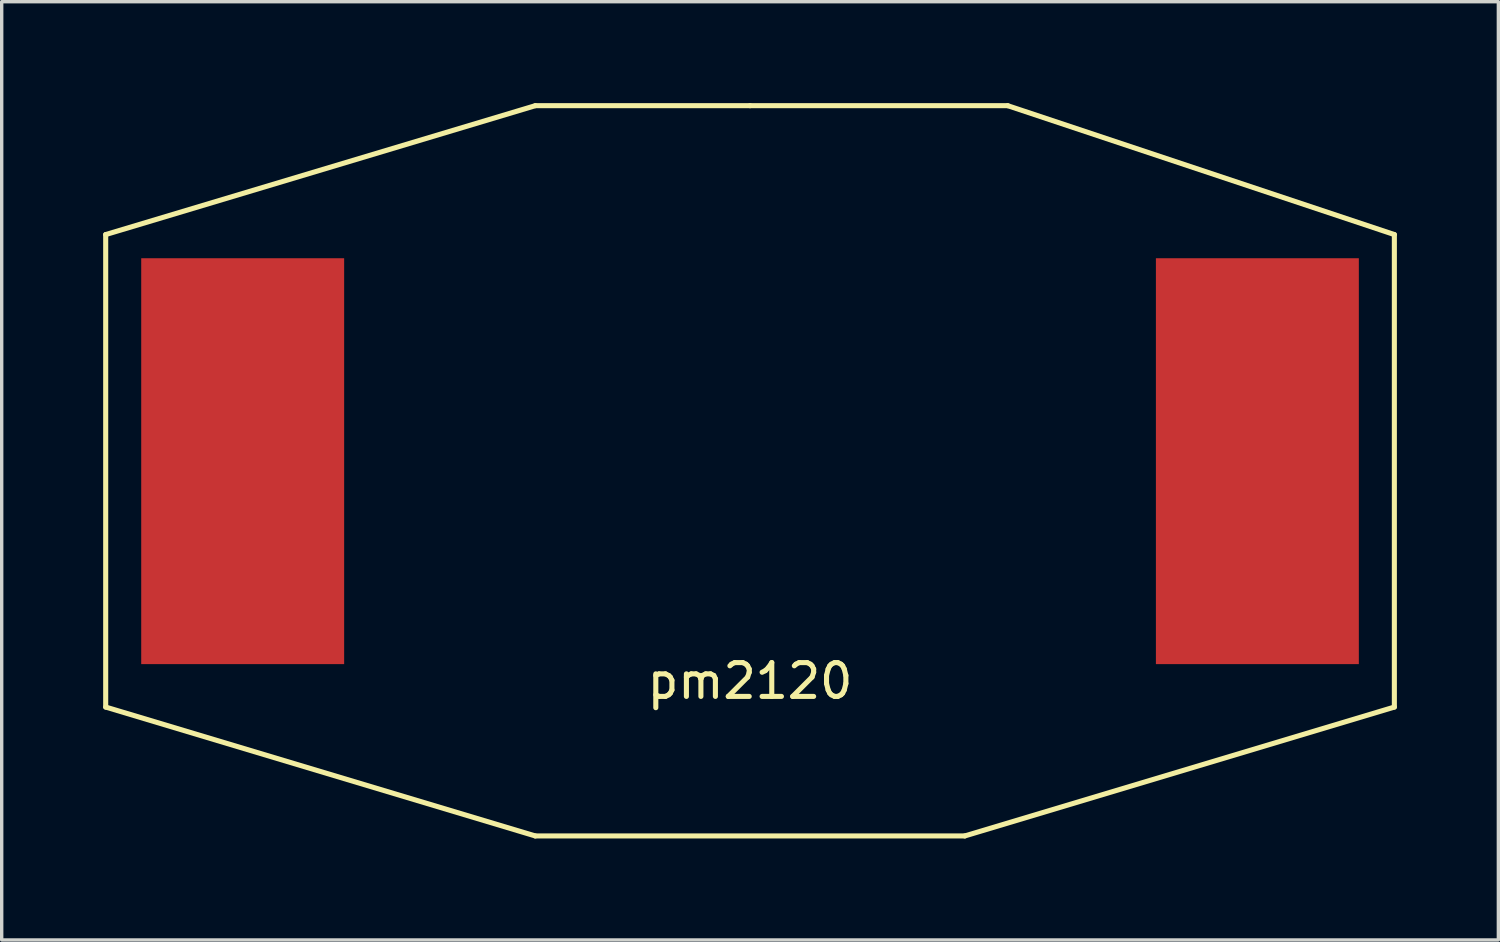
<source format=kicad_pcb>
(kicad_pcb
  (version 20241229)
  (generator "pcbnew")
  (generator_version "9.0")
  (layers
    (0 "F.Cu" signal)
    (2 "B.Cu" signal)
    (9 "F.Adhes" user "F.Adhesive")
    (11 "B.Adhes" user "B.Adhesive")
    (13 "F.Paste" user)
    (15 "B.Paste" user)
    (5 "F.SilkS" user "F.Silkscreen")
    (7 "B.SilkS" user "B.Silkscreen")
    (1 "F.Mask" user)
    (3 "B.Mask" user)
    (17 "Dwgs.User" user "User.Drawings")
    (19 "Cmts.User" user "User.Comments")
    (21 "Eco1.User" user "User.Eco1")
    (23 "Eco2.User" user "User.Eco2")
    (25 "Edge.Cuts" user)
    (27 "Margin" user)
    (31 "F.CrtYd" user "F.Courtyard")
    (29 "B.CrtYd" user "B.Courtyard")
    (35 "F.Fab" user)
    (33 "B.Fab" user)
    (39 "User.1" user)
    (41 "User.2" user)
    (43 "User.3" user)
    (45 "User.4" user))
  (footprint "pm2120"
    (layer "F.Cu")
    (at 19.125 16.585)
    (property "Reference" "pm2120" (at 0 0.5 0) (layer "F.SilkS") (effects (font (size 1 1) (thickness 0.15))))
    (attr through_hole)
    (fp_line (start -19.05 -12.7) (end -19.05 1.27) (stroke (width 0.15) (type solid)) (layer "F.SilkS"))
    (fp_line (start -19.05 1.27) (end -6.35 5.08) (stroke (width 0.15) (type solid)) (layer "F.SilkS"))
    (fp_line (start -6.35 -16.51) (end -19.05 -12.7) (stroke (width 0.15) (type solid)) (layer "F.SilkS"))
    (fp_line (start -6.35 5.08) (end 6.35 5.08) (stroke (width 0.15) (type solid)) (layer "F.SilkS"))
    (fp_line (start 0 -16.51) (end -6.35 -16.51) (stroke (width 0.15) (type solid)) (layer "F.SilkS"))
    (fp_line (start 6.35 5.08) (end 19.05 1.27) (stroke (width 0.15) (type solid)) (layer "F.SilkS"))
    (fp_line (start 7.62 -16.51) (end 0 -16.51) (stroke (width 0.15) (type solid)) (layer "F.SilkS"))
    (fp_line (start 19.05 -12.7) (end 7.62 -16.51) (stroke (width 0.15) (type solid)) (layer "F.SilkS"))
    (fp_line (start 19.05 1.27) (end 19.05 -12.7) (stroke (width 0.15) (type solid)) (layer "F.SilkS"))
    (pad "1" smd rect (at -15 -6) (size 6 12) (layers "F.Cu" "F.Mask" "F.Paste"))
    (pad "2" smd rect (at 15 -6) (size 6 12) (layers "F.Cu" "F.Mask" "F.Paste")))
  (gr_rect
    (start -3 -3)
    (end 41.25 24.74)
    (stroke (width 0.1) (type default))
    (fill no)
    (layer "Edge.Cuts")))
</source>
